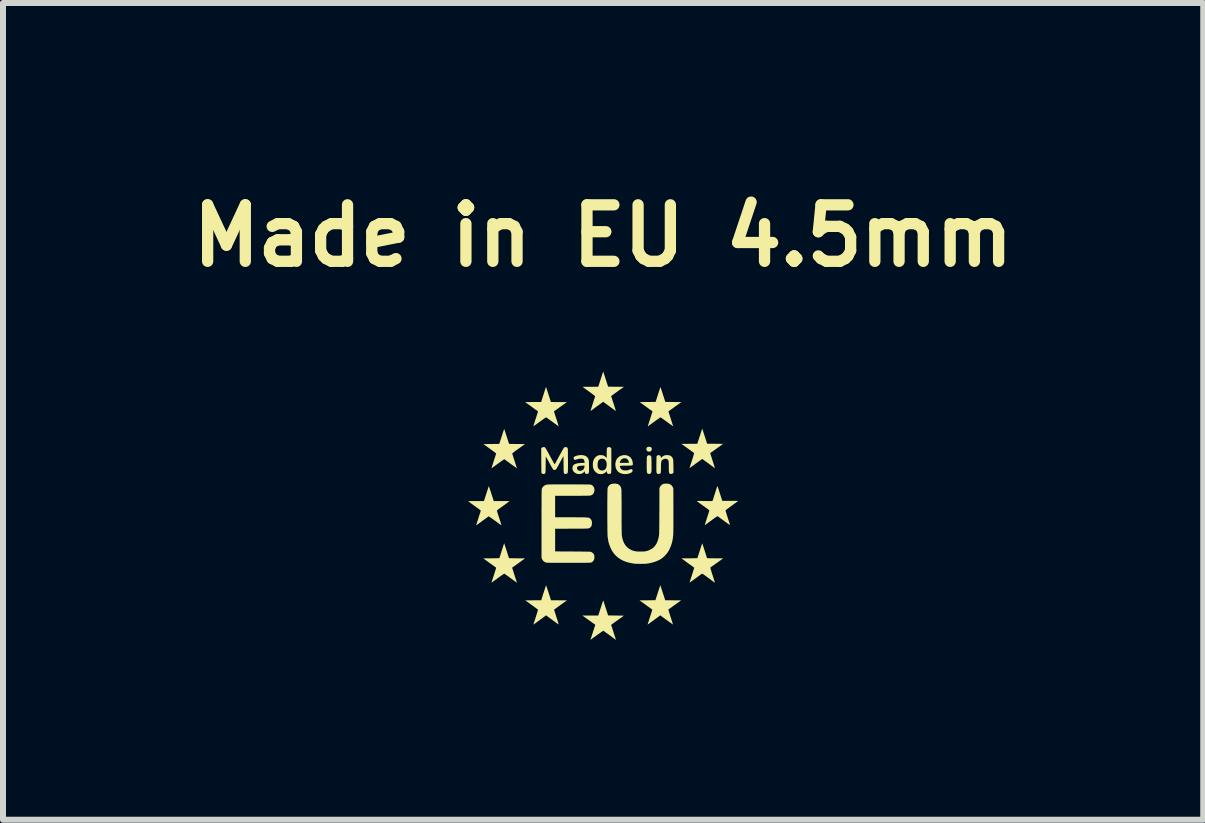
<source format=kicad_pcb>
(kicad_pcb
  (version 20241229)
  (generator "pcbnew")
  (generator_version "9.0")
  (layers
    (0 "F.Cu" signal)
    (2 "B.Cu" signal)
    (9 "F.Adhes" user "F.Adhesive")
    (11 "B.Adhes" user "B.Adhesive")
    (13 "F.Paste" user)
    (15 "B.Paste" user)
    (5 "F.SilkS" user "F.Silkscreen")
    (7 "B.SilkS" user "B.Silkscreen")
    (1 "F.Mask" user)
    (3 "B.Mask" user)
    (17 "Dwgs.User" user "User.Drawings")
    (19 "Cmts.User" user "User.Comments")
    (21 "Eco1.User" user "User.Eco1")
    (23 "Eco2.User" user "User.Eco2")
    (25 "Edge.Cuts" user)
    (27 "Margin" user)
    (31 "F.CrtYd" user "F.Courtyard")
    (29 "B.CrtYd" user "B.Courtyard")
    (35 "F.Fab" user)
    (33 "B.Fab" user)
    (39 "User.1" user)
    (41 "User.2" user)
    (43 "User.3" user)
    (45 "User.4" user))
  (footprint "Made in EU 4.5mm"
    (layer "F.Cu")
    (at 7.006 5.381)
    (property "Reference" "Made in EU 4.5mm" (at 0 -4.5 180) (layer "F.SilkS") (effects (font (size 0.942 0.942) (thickness 0.188))))
    (attr board_only exclude_from_pos_files exclude_from_bom)
    (fp_poly (pts (xy 0.781 -0.98) (xy 0.796 -0.976) (xy 0.805 -0.967) (xy 0.81 -0.954) (xy 0.811 -0.942) (xy 0.808 -0.925) (xy 0.8 -0.912) (xy 0.79 -0.905) (xy 0.779 -0.902) (xy 0.764 -0.901) (xy 0.75 -0.903) (xy 0.741 -0.906) (xy 0.731 -0.914) (xy 0.724 -0.926) (xy 0.721 -0.94) (xy 0.722 -0.954) (xy 0.728 -0.966) (xy 0.732 -0.972) (xy 0.739 -0.976) (xy 0.748 -0.979) (xy 0.762 -0.981)) (stroke (width 0) (type solid)) (fill yes) (layer "F.SilkS"))
    (fp_poly (pts (xy 0.783 -0.838) (xy 0.795 -0.831) (xy 0.802 -0.818) (xy 0.804 -0.81) (xy 0.805 -0.803) (xy 0.805 -0.79) (xy 0.806 -0.773) (xy 0.806 -0.752) (xy 0.807 -0.728) (xy 0.807 -0.702) (xy 0.807 -0.676) (xy 0.807 -0.651) (xy 0.807 -0.627) (xy 0.807 -0.605) (xy 0.806 -0.587) (xy 0.806 -0.573) (xy 0.805 -0.565) (xy 0.8 -0.548) (xy 0.794 -0.539) (xy 0.787 -0.533) (xy 0.779 -0.53) (xy 0.768 -0.529) (xy 0.768 -0.529) (xy 0.753 -0.531) (xy 0.743 -0.536) (xy 0.742 -0.536) (xy 0.736 -0.544) (xy 0.731 -0.554) (xy 0.73 -0.555) (xy 0.729 -0.562) (xy 0.729 -0.575) (xy 0.728 -0.592) (xy 0.727 -0.613) (xy 0.727 -0.637) (xy 0.727 -0.662) (xy 0.727 -0.689) (xy 0.727 -0.715) (xy 0.727 -0.74) (xy 0.728 -0.764) (xy 0.728 -0.784) (xy 0.729 -0.8) (xy 0.73 -0.81) (xy 0.73 -0.815) (xy 0.737 -0.828) (xy 0.748 -0.837) (xy 0.763 -0.841) (xy 0.767 -0.841)) (stroke (width 0) (type solid)) (fill yes) (layer "F.SilkS"))
    (fp_poly (pts (xy 1.654 -1.28) (xy 1.654 -1.279) (xy 1.655 -1.275) (xy 1.659 -1.265) (xy 1.663 -1.251) (xy 1.67 -1.232) (xy 1.677 -1.209) (xy 1.685 -1.184) (xy 1.694 -1.157) (xy 1.695 -1.154) (xy 1.734 -1.033) (xy 1.867 -1.032) (xy 2 -1.03) (xy 1.893 -0.953) (xy 1.869 -0.936) (xy 1.847 -0.92) (xy 1.828 -0.906) (xy 1.811 -0.894) (xy 1.798 -0.885) (xy 1.79 -0.878) (xy 1.786 -0.875) (xy 1.785 -0.874) (xy 1.786 -0.871) (xy 1.789 -0.862) (xy 1.794 -0.848) (xy 1.8 -0.829) (xy 1.807 -0.807) (xy 1.815 -0.782) (xy 1.823 -0.755) (xy 1.825 -0.75) (xy 1.834 -0.723) (xy 1.842 -0.698) (xy 1.849 -0.675) (xy 1.855 -0.656) (xy 1.86 -0.642) (xy 1.863 -0.632) (xy 1.864 -0.627) (xy 1.864 -0.627) (xy 1.861 -0.629) (xy 1.853 -0.634) (xy 1.841 -0.642) (xy 1.826 -0.653) (xy 1.807 -0.666) (xy 1.786 -0.682) (xy 1.763 -0.698) (xy 1.758 -0.703) (xy 1.652 -0.779) (xy 1.552 -0.706) (xy 1.524 -0.686) (xy 1.502 -0.669) (xy 1.483 -0.656) (xy 1.469 -0.646) (xy 1.458 -0.638) (xy 1.451 -0.633) (xy 1.445 -0.63) (xy 1.442 -0.628) (xy 1.441 -0.628) (xy 1.441 -0.63) (xy 1.442 -0.632) (xy 1.442 -0.632) (xy 1.452 -0.665) (xy 1.463 -0.697) (xy 1.473 -0.729) (xy 1.483 -0.759) (xy 1.492 -0.787) (xy 1.5 -0.813) (xy 1.506 -0.835) (xy 1.512 -0.853) (xy 1.515 -0.867) (xy 1.517 -0.875) (xy 1.518 -0.877) (xy 1.514 -0.88) (xy 1.506 -0.885) (xy 1.494 -0.894) (xy 1.478 -0.906) (xy 1.459 -0.919) (xy 1.438 -0.935) (xy 1.415 -0.951) (xy 1.41 -0.955) (xy 1.305 -1.03) (xy 1.438 -1.031) (xy 1.571 -1.032) (xy 1.599 -1.121) (xy 1.611 -1.158) (xy 1.621 -1.189) (xy 1.629 -1.214) (xy 1.636 -1.234) (xy 1.641 -1.25) (xy 1.645 -1.262) (xy 1.648 -1.271) (xy 1.651 -1.276) (xy 1.652 -1.279) (xy 1.653 -1.28)) (stroke (width 0) (type solid)) (fill yes) (layer "F.SilkS"))
    (fp_poly (pts (xy 0.004 1.585) (xy 0.007 1.595) (xy 0.012 1.61) (xy 0.018 1.629) (xy 0.025 1.651) (xy 0.033 1.676) (xy 0.042 1.704) (xy 0.044 1.708) (xy 0.083 1.83) (xy 0.215 1.832) (xy 0.346 1.834) (xy 0.248 1.905) (xy 0.225 1.921) (xy 0.203 1.937) (xy 0.184 1.951) (xy 0.167 1.963) (xy 0.154 1.972) (xy 0.145 1.979) (xy 0.141 1.982) (xy 0.134 1.988) (xy 0.173 2.108) (xy 0.181 2.136) (xy 0.189 2.161) (xy 0.197 2.184) (xy 0.203 2.203) (xy 0.208 2.218) (xy 0.211 2.229) (xy 0.213 2.233) (xy 0.213 2.234) (xy 0.213 2.237) (xy 0.21 2.235) (xy 0.206 2.232) (xy 0.196 2.225) (xy 0.183 2.215) (xy 0.168 2.204) (xy 0.149 2.191) (xy 0.13 2.176) (xy 0.109 2.161) (xy 0.089 2.146) (xy 0.069 2.132) (xy 0.05 2.119) (xy 0.034 2.107) (xy 0.021 2.097) (xy 0.011 2.09) (xy 0.005 2.086) (xy 0.005 2.086) (xy 0.001 2.087) (xy -0.007 2.092) (xy -0.019 2.1) (xy -0.034 2.11) (xy -0.052 2.123) (xy -0.072 2.137) (xy -0.093 2.151) (xy -0.114 2.167) (xy -0.135 2.182) (xy -0.156 2.197) (xy -0.174 2.21) (xy -0.191 2.223) (xy -0.204 2.233) (xy -0.207 2.235) (xy -0.211 2.237) (xy -0.21 2.234) (xy -0.21 2.234) (xy -0.209 2.23) (xy -0.206 2.22) (xy -0.201 2.205) (xy -0.195 2.187) (xy -0.188 2.166) (xy -0.181 2.143) (xy -0.173 2.119) (xy -0.166 2.095) (xy -0.158 2.072) (xy -0.151 2.051) (xy -0.145 2.032) (xy -0.14 2.017) (xy -0.137 2.006) (xy -0.135 2.001) (xy -0.131 1.986) (xy -0.238 1.909) (xy -0.346 1.832) (xy -0.213 1.832) (xy -0.081 1.832) (xy -0.057 1.758) (xy -0.049 1.732) (xy -0.04 1.705) (xy -0.031 1.678) (xy -0.023 1.653) (xy -0.017 1.632) (xy -0.016 1.63) (xy -0.01 1.612) (xy -0.005 1.598) (xy -0.001 1.588) (xy 0.002 1.582) (xy 0.003 1.581)) (stroke (width 0) (type solid)) (fill yes) (layer "F.SilkS"))
    (fp_poly (pts (xy -0.925 -1.896) (xy -0.916 -1.87) (xy -0.908 -1.844) (xy -0.9 -1.82) (xy -0.893 -1.797) (xy -0.887 -1.779) (xy -0.884 -1.769) (xy -0.87 -1.728) (xy -0.737 -1.727) (xy -0.605 -1.727) (xy -0.7 -1.658) (xy -0.723 -1.642) (xy -0.744 -1.626) (xy -0.764 -1.612) (xy -0.781 -1.6) (xy -0.794 -1.59) (xy -0.804 -1.583) (xy -0.808 -1.58) (xy -0.82 -1.571) (xy -0.78 -1.448) (xy -0.771 -1.421) (xy -0.763 -1.395) (xy -0.756 -1.373) (xy -0.75 -1.354) (xy -0.746 -1.339) (xy -0.743 -1.329) (xy -0.742 -1.324) (xy -0.742 -1.324) (xy -0.744 -1.325) (xy -0.752 -1.331) (xy -0.764 -1.339) (xy -0.779 -1.35) (xy -0.798 -1.363) (xy -0.819 -1.378) (xy -0.841 -1.395) (xy -0.844 -1.397) (xy -0.867 -1.414) (xy -0.889 -1.429) (xy -0.908 -1.443) (xy -0.924 -1.455) (xy -0.937 -1.464) (xy -0.946 -1.47) (xy -0.95 -1.473) (xy -0.95 -1.473) (xy -0.953 -1.471) (xy -0.962 -1.466) (xy -0.974 -1.458) (xy -0.99 -1.447) (xy -1.009 -1.433) (xy -1.03 -1.418) (xy -1.053 -1.402) (xy -1.058 -1.399) (xy -1.081 -1.382) (xy -1.102 -1.366) (xy -1.121 -1.352) (xy -1.138 -1.341) (xy -1.15 -1.332) (xy -1.159 -1.326) (xy -1.163 -1.323) (xy -1.163 -1.323) (xy -1.162 -1.326) (xy -1.16 -1.335) (xy -1.156 -1.349) (xy -1.15 -1.367) (xy -1.143 -1.388) (xy -1.136 -1.413) (xy -1.127 -1.44) (xy -1.125 -1.446) (xy -1.116 -1.473) (xy -1.108 -1.499) (xy -1.101 -1.521) (xy -1.095 -1.541) (xy -1.09 -1.556) (xy -1.087 -1.566) (xy -1.085 -1.571) (xy -1.085 -1.571) (xy -1.088 -1.573) (xy -1.095 -1.579) (xy -1.107 -1.588) (xy -1.123 -1.599) (xy -1.141 -1.612) (xy -1.162 -1.628) (xy -1.186 -1.644) (xy -1.193 -1.65) (xy -1.3 -1.727) (xy -1.167 -1.728) (xy -1.033 -1.728) (xy -1.002 -1.828) (xy -0.993 -1.854) (xy -0.985 -1.879) (xy -0.978 -1.903) (xy -0.971 -1.924) (xy -0.966 -1.94) (xy -0.962 -1.952) (xy -0.961 -1.954) (xy -0.952 -1.981)) (stroke (width 0) (type solid)) (fill yes) (layer "F.SilkS"))
    (fp_poly (pts (xy -0.95 1.332) (xy -0.947 1.34) (xy -0.942 1.353) (xy -0.936 1.371) (xy -0.929 1.392) (xy -0.921 1.417) (xy -0.912 1.444) (xy -0.909 1.452) (xy -0.869 1.577) (xy -0.737 1.578) (xy -0.604 1.579) (xy -0.711 1.656) (xy -0.734 1.673) (xy -0.756 1.689) (xy -0.775 1.703) (xy -0.792 1.715) (xy -0.804 1.724) (xy -0.813 1.731) (xy -0.817 1.734) (xy -0.817 1.735) (xy -0.816 1.738) (xy -0.813 1.748) (xy -0.809 1.762) (xy -0.803 1.78) (xy -0.796 1.802) (xy -0.788 1.827) (xy -0.78 1.854) (xy -0.779 1.857) (xy -0.77 1.884) (xy -0.762 1.909) (xy -0.755 1.932) (xy -0.749 1.951) (xy -0.745 1.965) (xy -0.742 1.975) (xy -0.741 1.98) (xy -0.741 1.98) (xy -0.744 1.979) (xy -0.751 1.975) (xy -0.761 1.968) (xy -0.77 1.961) (xy -0.781 1.954) (xy -0.796 1.943) (xy -0.814 1.929) (xy -0.834 1.915) (xy -0.855 1.899) (xy -0.875 1.885) (xy -0.951 1.829) (xy -1.042 1.896) (xy -1.065 1.913) (xy -1.086 1.928) (xy -1.105 1.942) (xy -1.122 1.955) (xy -1.136 1.964) (xy -1.145 1.971) (xy -1.148 1.973) (xy -1.157 1.979) (xy -1.161 1.981) (xy -1.162 1.98) (xy -1.161 1.976) (xy -1.159 1.971) (xy -1.156 1.96) (xy -1.151 1.945) (xy -1.145 1.925) (xy -1.137 1.903) (xy -1.129 1.878) (xy -1.121 1.853) (xy -1.113 1.826) (xy -1.105 1.802) (xy -1.099 1.78) (xy -1.093 1.761) (xy -1.089 1.747) (xy -1.087 1.738) (xy -1.086 1.734) (xy -1.089 1.731) (xy -1.097 1.725) (xy -1.109 1.716) (xy -1.125 1.704) (xy -1.144 1.69) (xy -1.165 1.675) (xy -1.188 1.658) (xy -1.193 1.655) (xy -1.297 1.579) (xy -1.165 1.578) (xy -1.032 1.577) (xy -1.025 1.557) (xy -1.019 1.535) (xy -1.011 1.512) (xy -1.004 1.487) (xy -0.995 1.461) (xy -0.987 1.436) (xy -0.979 1.411) (xy -0.972 1.389) (xy -0.965 1.368) (xy -0.96 1.351) (xy -0.955 1.339) (xy -0.952 1.331) (xy -0.952 1.329)) (stroke (width 0) (type solid)) (fill yes) (layer "F.SilkS"))
    (fp_poly (pts (xy 0.374 -0.842) (xy 0.401 -0.837) (xy 0.427 -0.826) (xy 0.449 -0.81) (xy 0.467 -0.79) (xy 0.477 -0.774) (xy 0.486 -0.753) (xy 0.492 -0.729) (xy 0.495 -0.705) (xy 0.496 -0.698) (xy 0.496 -0.69) (xy 0.495 -0.684) (xy 0.493 -0.679) (xy 0.49 -0.675) (xy 0.484 -0.672) (xy 0.475 -0.67) (xy 0.461 -0.669) (xy 0.444 -0.668) (xy 0.421 -0.668) (xy 0.393 -0.667) (xy 0.38 -0.667) (xy 0.35 -0.667) (xy 0.327 -0.667) (xy 0.309 -0.666) (xy 0.296 -0.666) (xy 0.287 -0.664) (xy 0.281 -0.662) (xy 0.279 -0.66) (xy 0.279 -0.656) (xy 0.28 -0.651) (xy 0.282 -0.644) (xy 0.283 -0.641) (xy 0.291 -0.623) (xy 0.301 -0.61) (xy 0.315 -0.6) (xy 0.319 -0.597) (xy 0.328 -0.593) (xy 0.335 -0.59) (xy 0.343 -0.589) (xy 0.353 -0.588) (xy 0.369 -0.588) (xy 0.373 -0.588) (xy 0.391 -0.588) (xy 0.403 -0.589) (xy 0.413 -0.591) (xy 0.423 -0.594) (xy 0.432 -0.598) (xy 0.449 -0.605) (xy 0.462 -0.608) (xy 0.471 -0.609) (xy 0.479 -0.606) (xy 0.484 -0.602) (xy 0.491 -0.591) (xy 0.492 -0.58) (xy 0.488 -0.57) (xy 0.48 -0.56) (xy 0.467 -0.55) (xy 0.45 -0.542) (xy 0.431 -0.536) (xy 0.41 -0.53) (xy 0.387 -0.527) (xy 0.364 -0.526) (xy 0.34 -0.528) (xy 0.323 -0.531) (xy 0.291 -0.541) (xy 0.264 -0.555) (xy 0.242 -0.575) (xy 0.225 -0.598) (xy 0.212 -0.626) (xy 0.206 -0.658) (xy 0.204 -0.685) (xy 0.206 -0.713) (xy 0.277 -0.713) (xy 0.353 -0.713) (xy 0.429 -0.713) (xy 0.429 -0.724) (xy 0.427 -0.734) (xy 0.424 -0.745) (xy 0.421 -0.753) (xy 0.409 -0.77) (xy 0.394 -0.782) (xy 0.374 -0.789) (xy 0.367 -0.79) (xy 0.343 -0.789) (xy 0.322 -0.782) (xy 0.304 -0.77) (xy 0.29 -0.752) (xy 0.281 -0.731) (xy 0.28 -0.724) (xy 0.277 -0.713) (xy 0.206 -0.713) (xy 0.207 -0.72) (xy 0.215 -0.751) (xy 0.228 -0.778) (xy 0.246 -0.8) (xy 0.27 -0.819) (xy 0.287 -0.828) (xy 0.316 -0.838) (xy 0.345 -0.843)) (stroke (width 0) (type solid)) (fill yes) (layer "F.SilkS"))
    (fp_poly (pts (xy 0.955 1.329) (xy 0.956 1.333) (xy 0.958 1.339) (xy 0.961 1.347) (xy 0.965 1.36) (xy 0.97 1.376) (xy 0.977 1.397) (xy 0.985 1.422) (xy 0.995 1.453) (xy 1.007 1.49) (xy 1.01 1.498) (xy 1.035 1.577) (xy 1.168 1.578) (xy 1.3 1.579) (xy 1.195 1.655) (xy 1.172 1.671) (xy 1.15 1.687) (xy 1.131 1.701) (xy 1.114 1.713) (xy 1.101 1.722) (xy 1.093 1.729) (xy 1.088 1.732) (xy 1.088 1.732) (xy 1.089 1.735) (xy 1.091 1.744) (xy 1.095 1.758) (xy 1.1 1.777) (xy 1.107 1.799) (xy 1.115 1.824) (xy 1.123 1.851) (xy 1.126 1.857) (xy 1.134 1.884) (xy 1.142 1.91) (xy 1.15 1.932) (xy 1.156 1.952) (xy 1.16 1.967) (xy 1.163 1.977) (xy 1.164 1.981) (xy 1.164 1.982) (xy 1.162 1.98) (xy 1.154 1.975) (xy 1.142 1.966) (xy 1.127 1.955) (xy 1.108 1.942) (xy 1.087 1.927) (xy 1.064 1.91) (xy 1.058 1.906) (xy 0.953 1.829) (xy 0.936 1.842) (xy 0.914 1.858) (xy 0.891 1.875) (xy 0.867 1.893) (xy 0.844 1.91) (xy 0.821 1.926) (xy 0.801 1.941) (xy 0.782 1.954) (xy 0.766 1.966) (xy 0.754 1.975) (xy 0.745 1.98) (xy 0.742 1.983) (xy 0.742 1.983) (xy 0.741 1.981) (xy 0.741 1.98) (xy 0.743 1.977) (xy 0.746 1.968) (xy 0.75 1.954) (xy 0.756 1.936) (xy 0.763 1.916) (xy 0.77 1.893) (xy 0.778 1.869) (xy 0.785 1.845) (xy 0.793 1.821) (xy 0.8 1.798) (xy 0.807 1.778) (xy 0.812 1.76) (xy 0.817 1.747) (xy 0.82 1.738) (xy 0.821 1.734) (xy 0.821 1.734) (xy 0.818 1.732) (xy 0.81 1.726) (xy 0.799 1.718) (xy 0.783 1.706) (xy 0.765 1.693) (xy 0.744 1.678) (xy 0.72 1.661) (xy 0.714 1.656) (xy 0.607 1.579) (xy 0.74 1.578) (xy 0.872 1.576) (xy 0.912 1.451) (xy 0.921 1.424) (xy 0.929 1.398) (xy 0.937 1.376) (xy 0.943 1.357) (xy 0.948 1.342) (xy 0.952 1.332) (xy 0.954 1.328) (xy 0.954 1.328)) (stroke (width 0) (type solid)) (fill yes) (layer "F.SilkS"))
    (fp_poly (pts (xy 0.003 -2.232) (xy 0.006 -2.222) (xy 0.011 -2.208) (xy 0.017 -2.189) (xy 0.024 -2.167) (xy 0.032 -2.142) (xy 0.041 -2.115) (xy 0.043 -2.108) (xy 0.083 -1.984) (xy 0.215 -1.983) (xy 0.347 -1.981) (xy 0.24 -1.905) (xy 0.217 -1.888) (xy 0.195 -1.872) (xy 0.176 -1.858) (xy 0.16 -1.846) (xy 0.147 -1.837) (xy 0.138 -1.83) (xy 0.134 -1.827) (xy 0.134 -1.827) (xy 0.135 -1.824) (xy 0.138 -1.815) (xy 0.142 -1.801) (xy 0.148 -1.784) (xy 0.154 -1.763) (xy 0.161 -1.741) (xy 0.169 -1.717) (xy 0.177 -1.693) (xy 0.184 -1.669) (xy 0.192 -1.647) (xy 0.198 -1.626) (xy 0.204 -1.608) (xy 0.208 -1.595) (xy 0.211 -1.587) (xy 0.212 -1.584) (xy 0.213 -1.582) (xy 0.213 -1.58) (xy 0.212 -1.58) (xy 0.209 -1.581) (xy 0.204 -1.584) (xy 0.196 -1.59) (xy 0.185 -1.597) (xy 0.171 -1.608) (xy 0.152 -1.622) (xy 0.128 -1.639) (xy 0.114 -1.65) (xy 0.092 -1.666) (xy 0.071 -1.681) (xy 0.052 -1.695) (xy 0.036 -1.707) (xy 0.023 -1.716) (xy 0.014 -1.722) (xy 0.011 -1.724) (xy 0.001 -1.732) (xy -0.089 -1.666) (xy -0.112 -1.65) (xy -0.133 -1.634) (xy -0.152 -1.62) (xy -0.169 -1.607) (xy -0.183 -1.597) (xy -0.192 -1.591) (xy -0.196 -1.588) (xy -0.204 -1.582) (xy -0.209 -1.579) (xy -0.21 -1.58) (xy -0.209 -1.584) (xy -0.209 -1.584) (xy -0.208 -1.589) (xy -0.205 -1.599) (xy -0.2 -1.614) (xy -0.194 -1.633) (xy -0.187 -1.654) (xy -0.18 -1.677) (xy -0.172 -1.701) (xy -0.164 -1.725) (xy -0.157 -1.749) (xy -0.15 -1.771) (xy -0.143 -1.79) (xy -0.138 -1.806) (xy -0.135 -1.817) (xy -0.133 -1.823) (xy -0.132 -1.824) (xy -0.135 -1.827) (xy -0.142 -1.833) (xy -0.154 -1.842) (xy -0.169 -1.854) (xy -0.187 -1.868) (xy -0.208 -1.883) (xy -0.231 -1.9) (xy -0.238 -1.905) (xy -0.344 -1.981) (xy -0.212 -1.982) (xy -0.081 -1.983) (xy -0.057 -2.057) (xy -0.049 -2.083) (xy -0.04 -2.11) (xy -0.031 -2.137) (xy -0.023 -2.162) (xy -0.017 -2.183) (xy -0.016 -2.185) (xy -0.01 -2.203) (xy -0.005 -2.217) (xy -0.001 -2.228) (xy 0.001 -2.234) (xy 0.002 -2.235)) (stroke (width 0) (type solid)) (fill yes) (layer "F.SilkS"))
    (fp_poly (pts (xy 1.653 0.631) (xy 1.656 0.639) (xy 1.661 0.653) (xy 1.667 0.67) (xy 1.674 0.692) (xy 1.682 0.717) (xy 1.691 0.744) (xy 1.693 0.751) (xy 1.733 0.876) (xy 1.867 0.878) (xy 2.001 0.879) (xy 1.896 0.955) (xy 1.872 0.971) (xy 1.851 0.987) (xy 1.831 1.001) (xy 1.814 1.013) (xy 1.801 1.022) (xy 1.792 1.029) (xy 1.788 1.032) (xy 1.788 1.032) (xy 1.788 1.036) (xy 1.79 1.045) (xy 1.794 1.06) (xy 1.8 1.079) (xy 1.807 1.103) (xy 1.815 1.13) (xy 1.825 1.159) (xy 1.834 1.187) (xy 1.842 1.212) (xy 1.849 1.235) (xy 1.855 1.254) (xy 1.86 1.269) (xy 1.863 1.28) (xy 1.865 1.285) (xy 1.865 1.285) (xy 1.862 1.283) (xy 1.854 1.278) (xy 1.842 1.269) (xy 1.827 1.258) (xy 1.808 1.245) (xy 1.788 1.229) (xy 1.765 1.213) (xy 1.759 1.208) (xy 1.732 1.189) (xy 1.71 1.173) (xy 1.693 1.16) (xy 1.679 1.15) (xy 1.668 1.143) (xy 1.66 1.139) (xy 1.655 1.136) (xy 1.651 1.135) (xy 1.648 1.135) (xy 1.647 1.136) (xy 1.642 1.138) (xy 1.633 1.145) (xy 1.62 1.154) (xy 1.604 1.166) (xy 1.584 1.18) (xy 1.563 1.196) (xy 1.541 1.212) (xy 1.519 1.228) (xy 1.498 1.243) (xy 1.48 1.256) (xy 1.464 1.267) (xy 1.452 1.275) (xy 1.445 1.281) (xy 1.442 1.282) (xy 1.443 1.279) (xy 1.445 1.27) (xy 1.449 1.256) (xy 1.455 1.238) (xy 1.462 1.216) (xy 1.47 1.191) (xy 1.479 1.164) (xy 1.48 1.159) (xy 1.489 1.132) (xy 1.497 1.106) (xy 1.504 1.084) (xy 1.51 1.065) (xy 1.515 1.05) (xy 1.518 1.039) (xy 1.519 1.035) (xy 1.519 1.035) (xy 1.516 1.032) (xy 1.508 1.026) (xy 1.497 1.018) (xy 1.484 1.008) (xy 1.478 1.004) (xy 1.463 0.994) (xy 1.445 0.98) (xy 1.424 0.965) (xy 1.401 0.949) (xy 1.379 0.933) (xy 1.372 0.927) (xy 1.305 0.879) (xy 1.438 0.878) (xy 1.572 0.876) (xy 1.611 0.753) (xy 1.62 0.725) (xy 1.628 0.7) (xy 1.635 0.677) (xy 1.642 0.658) (xy 1.647 0.643) (xy 1.65 0.633) (xy 1.652 0.628) (xy 1.652 0.628)) (stroke (width 0) (type solid)) (fill yes) (layer "F.SilkS"))
    (fp_poly (pts (xy -1.648 0.63) (xy -1.647 0.634) (xy -1.644 0.644) (xy -1.639 0.659) (xy -1.633 0.678) (xy -1.626 0.7) (xy -1.617 0.725) (xy -1.609 0.752) (xy -1.608 0.755) (xy -1.569 0.876) (xy -1.435 0.878) (xy -1.301 0.879) (xy -1.409 0.956) (xy -1.432 0.973) (xy -1.454 0.989) (xy -1.473 1.003) (xy -1.49 1.014) (xy -1.503 1.024) (xy -1.512 1.03) (xy -1.516 1.033) (xy -1.517 1.033) (xy -1.516 1.037) (xy -1.513 1.046) (xy -1.509 1.06) (xy -1.503 1.078) (xy -1.496 1.1) (xy -1.489 1.124) (xy -1.48 1.152) (xy -1.477 1.159) (xy -1.469 1.187) (xy -1.46 1.212) (xy -1.453 1.235) (xy -1.447 1.254) (xy -1.442 1.269) (xy -1.439 1.28) (xy -1.438 1.284) (xy -1.438 1.285) (xy -1.441 1.283) (xy -1.448 1.278) (xy -1.46 1.269) (xy -1.475 1.258) (xy -1.494 1.244) (xy -1.515 1.229) (xy -1.537 1.213) (xy -1.541 1.21) (xy -1.564 1.193) (xy -1.585 1.177) (xy -1.604 1.163) (xy -1.621 1.152) (xy -1.634 1.142) (xy -1.643 1.136) (xy -1.647 1.133) (xy -1.647 1.133) (xy -1.65 1.135) (xy -1.659 1.14) (xy -1.671 1.148) (xy -1.687 1.159) (xy -1.706 1.172) (xy -1.728 1.188) (xy -1.751 1.204) (xy -1.757 1.209) (xy -1.78 1.226) (xy -1.801 1.241) (xy -1.821 1.255) (xy -1.837 1.267) (xy -1.85 1.276) (xy -1.858 1.282) (xy -1.862 1.285) (xy -1.862 1.285) (xy -1.861 1.282) (xy -1.858 1.273) (xy -1.854 1.259) (xy -1.848 1.24) (xy -1.841 1.218) (xy -1.833 1.194) (xy -1.824 1.167) (xy -1.822 1.16) (xy -1.814 1.133) (xy -1.805 1.107) (xy -1.798 1.085) (xy -1.792 1.065) (xy -1.788 1.05) (xy -1.785 1.04) (xy -1.784 1.035) (xy -1.784 1.034) (xy -1.787 1.032) (xy -1.795 1.026) (xy -1.807 1.017) (xy -1.823 1.006) (xy -1.841 0.992) (xy -1.863 0.976) (xy -1.886 0.96) (xy -1.892 0.956) (xy -1.998 0.879) (xy -1.864 0.878) (xy -1.73 0.876) (xy -1.704 0.794) (xy -1.696 0.768) (xy -1.688 0.742) (xy -1.68 0.717) (xy -1.672 0.695) (xy -1.666 0.676) (xy -1.664 0.668) (xy -1.659 0.653) (xy -1.654 0.641) (xy -1.651 0.632) (xy -1.649 0.629)) (stroke (width 0) (type solid)) (fill yes) (layer "F.SilkS"))
    (fp_poly (pts (xy 0.959 -1.972) (xy 0.962 -1.962) (xy 0.967 -1.947) (xy 0.973 -1.928) (xy 0.98 -1.906) (xy 0.988 -1.881) (xy 0.997 -1.854) (xy 0.998 -1.851) (xy 1.037 -1.73) (xy 1.17 -1.728) (xy 1.304 -1.727) (xy 1.197 -1.65) (xy 1.174 -1.633) (xy 1.152 -1.617) (xy 1.132 -1.603) (xy 1.116 -1.591) (xy 1.103 -1.582) (xy 1.094 -1.576) (xy 1.09 -1.573) (xy 1.089 -1.572) (xy 1.09 -1.569) (xy 1.093 -1.56) (xy 1.097 -1.546) (xy 1.103 -1.528) (xy 1.11 -1.506) (xy 1.117 -1.482) (xy 1.126 -1.455) (xy 1.128 -1.448) (xy 1.137 -1.421) (xy 1.145 -1.395) (xy 1.152 -1.373) (xy 1.158 -1.354) (xy 1.163 -1.339) (xy 1.166 -1.328) (xy 1.167 -1.324) (xy 1.167 -1.323) (xy 1.164 -1.325) (xy 1.157 -1.33) (xy 1.145 -1.339) (xy 1.129 -1.35) (xy 1.111 -1.363) (xy 1.09 -1.378) (xy 1.067 -1.395) (xy 1.064 -1.397) (xy 1.041 -1.414) (xy 1.019 -1.43) (xy 1 -1.443) (xy 0.983 -1.455) (xy 0.97 -1.464) (xy 0.961 -1.47) (xy 0.957 -1.472) (xy 0.956 -1.472) (xy 0.953 -1.47) (xy 0.944 -1.465) (xy 0.932 -1.456) (xy 0.915 -1.445) (xy 0.896 -1.431) (xy 0.875 -1.416) (xy 0.852 -1.399) (xy 0.849 -1.398) (xy 0.826 -1.381) (xy 0.805 -1.365) (xy 0.786 -1.352) (xy 0.77 -1.34) (xy 0.758 -1.331) (xy 0.749 -1.325) (xy 0.746 -1.323) (xy 0.746 -1.323) (xy 0.745 -1.326) (xy 0.747 -1.332) (xy 0.752 -1.346) (xy 0.757 -1.364) (xy 0.764 -1.384) (xy 0.771 -1.407) (xy 0.779 -1.431) (xy 0.787 -1.456) (xy 0.795 -1.48) (xy 0.802 -1.503) (xy 0.808 -1.524) (xy 0.814 -1.543) (xy 0.819 -1.557) (xy 0.822 -1.567) (xy 0.823 -1.572) (xy 0.823 -1.572) (xy 0.82 -1.574) (xy 0.813 -1.58) (xy 0.801 -1.589) (xy 0.785 -1.6) (xy 0.766 -1.613) (xy 0.745 -1.629) (xy 0.722 -1.645) (xy 0.716 -1.65) (xy 0.609 -1.727) (xy 0.742 -1.728) (xy 0.876 -1.73) (xy 0.899 -1.804) (xy 0.907 -1.829) (xy 0.916 -1.856) (xy 0.924 -1.882) (xy 0.932 -1.907) (xy 0.939 -1.927) (xy 0.939 -1.929) (xy 0.945 -1.946) (xy 0.95 -1.96) (xy 0.954 -1.97) (xy 0.957 -1.976) (xy 0.958 -1.976)) (stroke (width 0) (type solid)) (fill yes) (layer "F.SilkS"))
    (fp_poly (pts (xy -1.648 -1.275) (xy -1.645 -1.266) (xy -1.64 -1.252) (xy -1.634 -1.233) (xy -1.627 -1.211) (xy -1.619 -1.187) (xy -1.61 -1.159) (xy -1.608 -1.153) (xy -1.568 -1.03) (xy -1.436 -1.028) (xy -1.303 -1.027) (xy -1.41 -0.95) (xy -1.438 -0.93) (xy -1.46 -0.914) (xy -1.478 -0.901) (xy -1.491 -0.89) (xy -1.501 -0.882) (xy -1.508 -0.876) (xy -1.513 -0.872) (xy -1.515 -0.869) (xy -1.515 -0.867) (xy -1.515 -0.866) (xy -1.514 -0.861) (xy -1.51 -0.85) (xy -1.505 -0.835) (xy -1.499 -0.817) (xy -1.493 -0.795) (xy -1.485 -0.772) (xy -1.477 -0.748) (xy -1.47 -0.724) (xy -1.462 -0.701) (xy -1.455 -0.679) (xy -1.449 -0.66) (xy -1.444 -0.645) (xy -1.441 -0.634) (xy -1.439 -0.628) (xy -1.438 -0.627) (xy -1.439 -0.624) (xy -1.441 -0.625) (xy -1.444 -0.627) (xy -1.452 -0.633) (xy -1.464 -0.642) (xy -1.479 -0.653) (xy -1.497 -0.665) (xy -1.516 -0.679) (xy -1.537 -0.694) (xy -1.557 -0.709) (xy -1.577 -0.724) (xy -1.596 -0.737) (xy -1.613 -0.75) (xy -1.627 -0.76) (xy -1.638 -0.768) (xy -1.645 -0.773) (xy -1.646 -0.774) (xy -1.65 -0.773) (xy -1.658 -0.768) (xy -1.67 -0.759) (xy -1.687 -0.748) (xy -1.706 -0.735) (xy -1.728 -0.719) (xy -1.752 -0.702) (xy -1.755 -0.7) (xy -1.778 -0.683) (xy -1.8 -0.667) (xy -1.819 -0.653) (xy -1.835 -0.641) (xy -1.848 -0.632) (xy -1.857 -0.626) (xy -1.861 -0.623) (xy -1.862 -0.623) (xy -1.862 -0.626) (xy -1.861 -0.628) (xy -1.86 -0.632) (xy -1.856 -0.642) (xy -1.851 -0.657) (xy -1.845 -0.676) (xy -1.838 -0.698) (xy -1.83 -0.723) (xy -1.822 -0.75) (xy -1.813 -0.776) (xy -1.805 -0.801) (xy -1.798 -0.823) (xy -1.792 -0.842) (xy -1.787 -0.856) (xy -1.784 -0.865) (xy -1.783 -0.869) (xy -1.785 -0.872) (xy -1.793 -0.878) (xy -1.804 -0.887) (xy -1.819 -0.899) (xy -1.838 -0.912) (xy -1.859 -0.928) (xy -1.882 -0.945) (xy -1.889 -0.95) (xy -1.996 -1.027) (xy -1.864 -1.028) (xy -1.731 -1.03) (xy -1.715 -1.08) (xy -1.709 -1.099) (xy -1.701 -1.122) (xy -1.693 -1.148) (xy -1.684 -1.175) (xy -1.676 -1.201) (xy -1.675 -1.205) (xy -1.668 -1.226) (xy -1.662 -1.245) (xy -1.656 -1.26) (xy -1.652 -1.271) (xy -1.65 -1.277) (xy -1.649 -1.278)) (stroke (width 0) (type solid)) (fill yes) (layer "F.SilkS"))
    (fp_poly (pts (xy 1.083 -0.842) (xy 1.095 -0.841) (xy 1.104 -0.839) (xy 1.113 -0.836) (xy 1.12 -0.833) (xy 1.136 -0.823) (xy 1.149 -0.81) (xy 1.159 -0.792) (xy 1.163 -0.783) (xy 1.165 -0.778) (xy 1.167 -0.772) (xy 1.168 -0.766) (xy 1.169 -0.758) (xy 1.17 -0.747) (xy 1.17 -0.733) (xy 1.171 -0.715) (xy 1.171 -0.692) (xy 1.172 -0.663) (xy 1.172 -0.657) (xy 1.173 -0.549) (xy 1.163 -0.539) (xy 1.15 -0.531) (xy 1.136 -0.528) (xy 1.12 -0.53) (xy 1.11 -0.535) (xy 1.106 -0.538) (xy 1.102 -0.543) (xy 1.1 -0.549) (xy 1.098 -0.558) (xy 1.097 -0.57) (xy 1.096 -0.587) (xy 1.095 -0.608) (xy 1.095 -0.636) (xy 1.095 -0.646) (xy 1.095 -0.674) (xy 1.095 -0.699) (xy 1.094 -0.719) (xy 1.093 -0.734) (xy 1.092 -0.744) (xy 1.092 -0.745) (xy 1.084 -0.761) (xy 1.072 -0.773) (xy 1.056 -0.781) (xy 1.051 -0.782) (xy 1.032 -0.782) (xy 1.013 -0.777) (xy 0.995 -0.769) (xy 0.988 -0.763) (xy 0.982 -0.757) (xy 0.977 -0.751) (xy 0.974 -0.744) (xy 0.971 -0.736) (xy 0.969 -0.726) (xy 0.967 -0.713) (xy 0.966 -0.696) (xy 0.965 -0.673) (xy 0.965 -0.646) (xy 0.965 -0.637) (xy 0.964 -0.61) (xy 0.964 -0.589) (xy 0.963 -0.573) (xy 0.962 -0.561) (xy 0.962 -0.553) (xy 0.96 -0.547) (xy 0.959 -0.543) (xy 0.957 -0.54) (xy 0.956 -0.539) (xy 0.945 -0.532) (xy 0.93 -0.529) (xy 0.915 -0.529) (xy 0.909 -0.531) (xy 0.903 -0.533) (xy 0.899 -0.536) (xy 0.895 -0.54) (xy 0.893 -0.547) (xy 0.891 -0.556) (xy 0.889 -0.569) (xy 0.888 -0.585) (xy 0.888 -0.606) (xy 0.888 -0.633) (xy 0.888 -0.665) (xy 0.888 -0.691) (xy 0.889 -0.724) (xy 0.889 -0.751) (xy 0.889 -0.773) (xy 0.89 -0.79) (xy 0.89 -0.804) (xy 0.891 -0.813) (xy 0.891 -0.82) (xy 0.892 -0.825) (xy 0.894 -0.828) (xy 0.895 -0.83) (xy 0.896 -0.83) (xy 0.906 -0.838) (xy 0.921 -0.842) (xy 0.934 -0.842) (xy 0.947 -0.836) (xy 0.957 -0.826) (xy 0.962 -0.811) (xy 0.963 -0.81) (xy 0.965 -0.794) (xy 0.978 -0.809) (xy 0.99 -0.819) (xy 1.006 -0.829) (xy 1.012 -0.833) (xy 1.023 -0.837) (xy 1.032 -0.84) (xy 1.043 -0.842) (xy 1.056 -0.842) (xy 1.067 -0.842)) (stroke (width 0) (type solid)) (fill yes) (layer "F.SilkS"))
    (fp_poly (pts (xy 0.111 -0.975) (xy 0.124 -0.969) (xy 0.128 -0.965) (xy 0.137 -0.954) (xy 0.137 -0.755) (xy 0.137 -0.712) (xy 0.137 -0.675) (xy 0.137 -0.644) (xy 0.137 -0.618) (xy 0.137 -0.597) (xy 0.136 -0.58) (xy 0.135 -0.566) (xy 0.134 -0.556) (xy 0.133 -0.548) (xy 0.131 -0.543) (xy 0.129 -0.539) (xy 0.126 -0.536) (xy 0.123 -0.534) (xy 0.12 -0.532) (xy 0.11 -0.53) (xy 0.098 -0.529) (xy 0.085 -0.53) (xy 0.077 -0.533) (xy 0.07 -0.539) (xy 0.064 -0.55) (xy 0.061 -0.563) (xy 0.06 -0.568) (xy 0.06 -0.578) (xy 0.05 -0.565) (xy 0.032 -0.548) (xy 0.01 -0.536) (xy -0.015 -0.528) (xy -0.041 -0.526) (xy -0.068 -0.529) (xy -0.074 -0.53) (xy -0.1 -0.541) (xy -0.122 -0.557) (xy -0.141 -0.578) (xy -0.156 -0.603) (xy -0.167 -0.632) (xy -0.167 -0.635) (xy -0.17 -0.649) (xy -0.171 -0.668) (xy -0.171 -0.685) (xy -0.092 -0.685) (xy -0.092 -0.667) (xy -0.091 -0.655) (xy -0.089 -0.645) (xy -0.087 -0.636) (xy -0.084 -0.631) (xy -0.073 -0.611) (xy -0.058 -0.598) (xy -0.04 -0.589) (xy -0.019 -0.586) (xy -0.017 -0.586) (xy -0.001 -0.588) (xy 0.013 -0.592) (xy 0.015 -0.592) (xy 0.033 -0.604) (xy 0.046 -0.621) (xy 0.055 -0.643) (xy 0.059 -0.67) (xy 0.06 -0.675) (xy 0.059 -0.705) (xy 0.054 -0.731) (xy 0.044 -0.752) (xy 0.03 -0.768) (xy 0.017 -0.776) (xy -0.002 -0.782) (xy -0.022 -0.783) (xy -0.041 -0.78) (xy -0.059 -0.772) (xy -0.069 -0.763) (xy -0.079 -0.75) (xy -0.086 -0.734) (xy -0.09 -0.715) (xy -0.092 -0.691) (xy -0.092 -0.685) (xy -0.171 -0.685) (xy -0.171 -0.688) (xy -0.171 -0.708) (xy -0.169 -0.726) (xy -0.167 -0.735) (xy -0.157 -0.765) (xy -0.142 -0.791) (xy -0.123 -0.813) (xy -0.1 -0.829) (xy -0.093 -0.833) (xy -0.082 -0.837) (xy -0.073 -0.84) (xy -0.063 -0.842) (xy -0.049 -0.842) (xy -0.039 -0.842) (xy -0.022 -0.842) (xy -0.011 -0.841) (xy -0.002 -0.839) (xy 0.007 -0.836) (xy 0.015 -0.832) (xy 0.028 -0.824) (xy 0.04 -0.814) (xy 0.047 -0.808) (xy 0.06 -0.793) (xy 0.06 -0.872) (xy 0.06 -0.902) (xy 0.061 -0.926) (xy 0.062 -0.944) (xy 0.063 -0.955) (xy 0.064 -0.959) (xy 0.072 -0.969) (xy 0.084 -0.975) (xy 0.097 -0.977)) (stroke (width 0) (type solid)) (fill yes) (layer "F.SilkS"))
    (fp_poly (pts (xy -0.353 -0.843) (xy -0.322 -0.839) (xy -0.296 -0.83) (xy -0.274 -0.817) (xy -0.257 -0.799) (xy -0.245 -0.777) (xy -0.244 -0.775) (xy -0.242 -0.769) (xy -0.24 -0.762) (xy -0.239 -0.755) (xy -0.238 -0.746) (xy -0.237 -0.734) (xy -0.236 -0.718) (xy -0.236 -0.697) (xy -0.235 -0.671) (xy -0.235 -0.669) (xy -0.235 -0.635) (xy -0.235 -0.608) (xy -0.235 -0.586) (xy -0.236 -0.568) (xy -0.238 -0.555) (xy -0.241 -0.546) (xy -0.244 -0.539) (xy -0.249 -0.534) (xy -0.255 -0.531) (xy -0.261 -0.53) (xy -0.278 -0.529) (xy -0.291 -0.533) (xy -0.301 -0.544) (xy -0.307 -0.559) (xy -0.308 -0.564) (xy -0.31 -0.578) (xy -0.317 -0.565) (xy -0.33 -0.55) (xy -0.348 -0.538) (xy -0.37 -0.53) (xy -0.394 -0.527) (xy -0.421 -0.529) (xy -0.426 -0.529) (xy -0.446 -0.535) (xy -0.465 -0.545) (xy -0.483 -0.56) (xy -0.485 -0.561) (xy -0.495 -0.573) (xy -0.502 -0.583) (xy -0.507 -0.596) (xy -0.508 -0.597) (xy -0.511 -0.621) (xy -0.511 -0.626) (xy -0.435 -0.626) (xy -0.433 -0.613) (xy -0.431 -0.608) (xy -0.42 -0.593) (xy -0.405 -0.584) (xy -0.387 -0.58) (xy -0.367 -0.582) (xy -0.361 -0.583) (xy -0.343 -0.591) (xy -0.329 -0.605) (xy -0.318 -0.622) (xy -0.312 -0.642) (xy -0.311 -0.65) (xy -0.31 -0.668) (xy -0.348 -0.667) (xy -0.377 -0.665) (xy -0.399 -0.662) (xy -0.416 -0.657) (xy -0.426 -0.651) (xy -0.427 -0.65) (xy -0.432 -0.64) (xy -0.435 -0.626) (xy -0.511 -0.626) (xy -0.509 -0.645) (xy -0.503 -0.663) (xy -0.496 -0.674) (xy -0.488 -0.682) (xy -0.477 -0.689) (xy -0.465 -0.695) (xy -0.452 -0.7) (xy -0.436 -0.704) (xy -0.418 -0.707) (xy -0.395 -0.71) (xy -0.368 -0.712) (xy -0.356 -0.712) (xy -0.308 -0.714) (xy -0.31 -0.733) (xy -0.314 -0.752) (xy -0.32 -0.765) (xy -0.329 -0.775) (xy -0.333 -0.777) (xy -0.343 -0.781) (xy -0.359 -0.783) (xy -0.377 -0.783) (xy -0.397 -0.782) (xy -0.417 -0.778) (xy -0.435 -0.773) (xy -0.437 -0.772) (xy -0.454 -0.767) (xy -0.466 -0.764) (xy -0.475 -0.765) (xy -0.482 -0.769) (xy -0.486 -0.773) (xy -0.491 -0.785) (xy -0.491 -0.798) (xy -0.486 -0.81) (xy -0.48 -0.816) (xy -0.468 -0.823) (xy -0.45 -0.83) (xy -0.429 -0.836) (xy -0.406 -0.84) (xy -0.382 -0.843) (xy -0.36 -0.843)) (stroke (width 0) (type solid)) (fill yes) (layer "F.SilkS"))
    (fp_poly (pts (xy -1.905 -0.323) (xy -1.902 -0.315) (xy -1.897 -0.301) (xy -1.891 -0.283) (xy -1.884 -0.262) (xy -1.875 -0.237) (xy -1.867 -0.211) (xy -1.864 -0.202) (xy -1.824 -0.077) (xy -1.692 -0.077) (xy -1.657 -0.077) (xy -1.626 -0.077) (xy -1.602 -0.076) (xy -1.583 -0.076) (xy -1.57 -0.075) (xy -1.563 -0.074) (xy -1.562 -0.074) (xy -1.565 -0.071) (xy -1.573 -0.065) (xy -1.586 -0.056) (xy -1.601 -0.044) (xy -1.62 -0.031) (xy -1.641 -0.015) (xy -1.665 0.001) (xy -1.668 0.004) (xy -1.691 0.021) (xy -1.713 0.036) (xy -1.732 0.05) (xy -1.748 0.062) (xy -1.76 0.072) (xy -1.768 0.078) (xy -1.772 0.081) (xy -1.772 0.081) (xy -1.771 0.085) (xy -1.768 0.095) (xy -1.764 0.109) (xy -1.758 0.128) (xy -1.751 0.15) (xy -1.743 0.175) (xy -1.734 0.202) (xy -1.733 0.205) (xy -1.724 0.232) (xy -1.716 0.257) (xy -1.709 0.279) (xy -1.704 0.298) (xy -1.699 0.313) (xy -1.696 0.323) (xy -1.696 0.327) (xy -1.696 0.327) (xy -1.698 0.325) (xy -1.706 0.32) (xy -1.718 0.312) (xy -1.734 0.301) (xy -1.752 0.287) (xy -1.773 0.272) (xy -1.796 0.256) (xy -1.8 0.253) (xy -1.826 0.234) (xy -1.849 0.218) (xy -1.869 0.204) (xy -1.885 0.192) (xy -1.898 0.184) (xy -1.905 0.18) (xy -1.908 0.179) (xy -1.912 0.181) (xy -1.92 0.187) (xy -1.933 0.196) (xy -1.949 0.208) (xy -1.968 0.221) (xy -1.989 0.236) (xy -2.011 0.252) (xy -2.037 0.272) (xy -2.059 0.288) (xy -2.077 0.3) (xy -2.09 0.31) (xy -2.1 0.317) (xy -2.107 0.322) (xy -2.112 0.325) (xy -2.115 0.327) (xy -2.116 0.327) (xy -2.117 0.327) (xy -2.117 0.327) (xy -2.116 0.323) (xy -2.113 0.314) (xy -2.109 0.3) (xy -2.103 0.281) (xy -2.096 0.259) (xy -2.088 0.235) (xy -2.079 0.208) (xy -2.078 0.205) (xy -2.07 0.178) (xy -2.062 0.153) (xy -2.054 0.131) (xy -2.048 0.112) (xy -2.044 0.097) (xy -2.041 0.087) (xy -2.04 0.082) (xy -2.04 0.082) (xy -2.042 0.079) (xy -2.05 0.073) (xy -2.062 0.064) (xy -2.077 0.052) (xy -2.096 0.038) (xy -2.117 0.023) (xy -2.14 0.006) (xy -2.144 0.003) (xy -2.167 -0.013) (xy -2.189 -0.029) (xy -2.208 -0.043) (xy -2.224 -0.055) (xy -2.237 -0.064) (xy -2.245 -0.071) (xy -2.249 -0.074) (xy -2.249 -0.074) (xy -2.247 -0.075) (xy -2.238 -0.075) (xy -2.223 -0.076) (xy -2.205 -0.076) (xy -2.182 -0.077) (xy -2.156 -0.077) (xy -2.127 -0.077) (xy -2.119 -0.077) (xy -1.986 -0.077) (xy -1.98 -0.098) (xy -1.973 -0.121) (xy -1.965 -0.145) (xy -1.957 -0.171) (xy -1.949 -0.197) (xy -1.94 -0.223) (xy -1.932 -0.248) (xy -1.925 -0.27) (xy -1.918 -0.29) (xy -1.913 -0.306) (xy -1.909 -0.318) (xy -1.907 -0.324) (xy -1.906 -0.325)) (stroke (width 0) (type solid)) (fill yes) (layer "F.SilkS"))
    (fp_poly (pts (xy -0.61 -0.975) (xy -0.599 -0.969) (xy -0.592 -0.959) (xy -0.59 -0.952) (xy -0.589 -0.946) (xy -0.588 -0.935) (xy -0.588 -0.918) (xy -0.587 -0.897) (xy -0.587 -0.872) (xy -0.587 -0.845) (xy -0.587 -0.815) (xy -0.586 -0.784) (xy -0.586 -0.752) (xy -0.586 -0.72) (xy -0.586 -0.689) (xy -0.586 -0.66) (xy -0.586 -0.632) (xy -0.587 -0.608) (xy -0.587 -0.588) (xy -0.587 -0.573) (xy -0.588 -0.562) (xy -0.588 -0.559) (xy -0.594 -0.544) (xy -0.603 -0.534) (xy -0.617 -0.529) (xy -0.633 -0.529) (xy -0.636 -0.53) (xy -0.641 -0.531) (xy -0.645 -0.533) (xy -0.649 -0.536) (xy -0.652 -0.54) (xy -0.654 -0.546) (xy -0.656 -0.555) (xy -0.657 -0.568) (xy -0.658 -0.584) (xy -0.659 -0.605) (xy -0.659 -0.63) (xy -0.659 -0.662) (xy -0.66 -0.689) (xy -0.661 -0.827) (xy -0.71 -0.738) (xy -0.728 -0.706) (xy -0.742 -0.679) (xy -0.754 -0.657) (xy -0.764 -0.64) (xy -0.772 -0.626) (xy -0.778 -0.616) (xy -0.783 -0.609) (xy -0.787 -0.604) (xy -0.79 -0.601) (xy -0.793 -0.599) (xy -0.796 -0.597) (xy -0.798 -0.597) (xy -0.814 -0.595) (xy -0.827 -0.599) (xy -0.833 -0.604) (xy -0.837 -0.609) (xy -0.842 -0.618) (xy -0.851 -0.632) (xy -0.861 -0.65) (xy -0.873 -0.671) (xy -0.886 -0.694) (xy -0.898 -0.717) (xy -0.956 -0.822) (xy -0.958 -0.687) (xy -0.958 -0.651) (xy -0.959 -0.621) (xy -0.959 -0.597) (xy -0.96 -0.577) (xy -0.961 -0.562) (xy -0.963 -0.551) (xy -0.965 -0.543) (xy -0.968 -0.537) (xy -0.972 -0.533) (xy -0.977 -0.531) (xy -0.983 -0.529) (xy -0.991 -0.528) (xy -0.991 -0.528) (xy -0.998 -0.528) (xy -1.007 -0.529) (xy -1.016 -0.534) (xy -1.024 -0.54) (xy -1.025 -0.541) (xy -1.026 -0.544) (xy -1.027 -0.547) (xy -1.028 -0.552) (xy -1.028 -0.559) (xy -1.029 -0.569) (xy -1.029 -0.581) (xy -1.03 -0.598) (xy -1.03 -0.619) (xy -1.03 -0.644) (xy -1.03 -0.674) (xy -1.031 -0.711) (xy -1.031 -0.75) (xy -1.032 -0.954) (xy -1.022 -0.965) (xy -1.015 -0.972) (xy -1.009 -0.975) (xy -1 -0.976) (xy -0.993 -0.976) (xy -0.982 -0.976) (xy -0.974 -0.974) (xy -0.968 -0.969) (xy -0.965 -0.966) (xy -0.961 -0.961) (xy -0.955 -0.951) (xy -0.946 -0.936) (xy -0.936 -0.917) (xy -0.923 -0.895) (xy -0.909 -0.87) (xy -0.895 -0.843) (xy -0.883 -0.821) (xy -0.868 -0.794) (xy -0.854 -0.768) (xy -0.841 -0.745) (xy -0.83 -0.725) (xy -0.821 -0.709) (xy -0.814 -0.697) (xy -0.809 -0.69) (xy -0.808 -0.688) (xy -0.806 -0.692) (xy -0.801 -0.7) (xy -0.793 -0.714) (xy -0.784 -0.731) (xy -0.773 -0.752) (xy -0.76 -0.775) (xy -0.746 -0.801) (xy -0.735 -0.822) (xy -0.72 -0.849) (xy -0.705 -0.876) (xy -0.692 -0.9) (xy -0.68 -0.921) (xy -0.67 -0.939) (xy -0.661 -0.953) (xy -0.656 -0.962) (xy -0.654 -0.965) (xy -0.647 -0.971) (xy -0.642 -0.975) (xy -0.633 -0.976) (xy -0.625 -0.976)) (stroke (width 0) (type solid)) (fill yes) (layer "F.SilkS"))
    (fp_poly (pts (xy 1.907 -0.325) (xy 1.91 -0.317) (xy 1.915 -0.304) (xy 1.92 -0.288) (xy 1.926 -0.269) (xy 1.926 -0.269) (xy 1.934 -0.245) (xy 1.943 -0.217) (xy 1.952 -0.188) (xy 1.961 -0.161) (xy 1.966 -0.145) (xy 1.987 -0.08) (xy 2.119 -0.08) (xy 2.148 -0.08) (xy 2.175 -0.08) (xy 2.198 -0.08) (xy 2.219 -0.08) (xy 2.234 -0.079) (xy 2.245 -0.079) (xy 2.25 -0.078) (xy 2.251 -0.078) (xy 2.248 -0.075) (xy 2.24 -0.07) (xy 2.229 -0.061) (xy 2.213 -0.049) (xy 2.194 -0.036) (xy 2.173 -0.02) (xy 2.15 -0.004) (xy 2.145 -0.000049) (xy 2.122 0.017) (xy 2.1 0.033) (xy 2.081 0.047) (xy 2.065 0.059) (xy 2.052 0.069) (xy 2.044 0.076) (xy 2.04 0.079) (xy 2.04 0.079) (xy 2.041 0.083) (xy 2.044 0.093) (xy 2.048 0.108) (xy 2.054 0.126) (xy 2.061 0.149) (xy 2.069 0.174) (xy 2.077 0.2) (xy 2.078 0.203) (xy 2.087 0.23) (xy 2.095 0.255) (xy 2.102 0.277) (xy 2.108 0.296) (xy 2.112 0.31) (xy 2.115 0.32) (xy 2.115 0.324) (xy 2.115 0.324) (xy 2.113 0.322) (xy 2.105 0.317) (xy 2.093 0.309) (xy 2.077 0.298) (xy 2.059 0.285) (xy 2.038 0.27) (xy 2.015 0.253) (xy 2.013 0.251) (xy 1.99 0.234) (xy 1.968 0.219) (xy 1.949 0.205) (xy 1.933 0.193) (xy 1.92 0.184) (xy 1.912 0.178) (xy 1.908 0.175) (xy 1.908 0.175) (xy 1.904 0.177) (xy 1.896 0.182) (xy 1.883 0.19) (xy 1.868 0.201) (xy 1.849 0.214) (xy 1.828 0.229) (xy 1.808 0.244) (xy 1.78 0.264) (xy 1.757 0.281) (xy 1.739 0.294) (xy 1.725 0.305) (xy 1.714 0.313) (xy 1.706 0.318) (xy 1.7 0.322) (xy 1.697 0.323) (xy 1.695 0.324) (xy 1.695 0.324) (xy 1.695 0.323) (xy 1.696 0.32) (xy 1.699 0.31) (xy 1.703 0.296) (xy 1.709 0.278) (xy 1.716 0.256) (xy 1.724 0.231) (xy 1.732 0.204) (xy 1.733 0.201) (xy 1.742 0.174) (xy 1.75 0.149) (xy 1.757 0.127) (xy 1.763 0.108) (xy 1.768 0.093) (xy 1.771 0.083) (xy 1.772 0.079) (xy 1.772 0.079) (xy 1.769 0.076) (xy 1.762 0.07) (xy 1.75 0.061) (xy 1.734 0.049) (xy 1.716 0.036) (xy 1.695 0.02) (xy 1.671 0.004) (xy 1.666 0) (xy 1.643 -0.017) (xy 1.621 -0.032) (xy 1.602 -0.046) (xy 1.586 -0.058) (xy 1.573 -0.068) (xy 1.565 -0.074) (xy 1.561 -0.077) (xy 1.561 -0.078) (xy 1.564 -0.078) (xy 1.573 -0.078) (xy 1.588 -0.079) (xy 1.607 -0.079) (xy 1.63 -0.079) (xy 1.655 -0.078) (xy 1.684 -0.078) (xy 1.691 -0.078) (xy 1.724 -0.077) (xy 1.751 -0.077) (xy 1.772 -0.077) (xy 1.789 -0.077) (xy 1.802 -0.077) (xy 1.811 -0.077) (xy 1.817 -0.078) (xy 1.821 -0.079) (xy 1.823 -0.08) (xy 1.824 -0.082) (xy 1.824 -0.082) (xy 1.826 -0.087) (xy 1.83 -0.097) (xy 1.835 -0.112) (xy 1.841 -0.131) (xy 1.848 -0.154) (xy 1.856 -0.179) (xy 1.865 -0.206) (xy 1.866 -0.208) (xy 1.874 -0.235) (xy 1.882 -0.26) (xy 1.889 -0.282) (xy 1.896 -0.301) (xy 1.901 -0.315) (xy 1.904 -0.324) (xy 1.905 -0.328) (xy 1.906 -0.328)) (stroke (width 0) (type solid)) (fill yes) (layer "F.SilkS"))
    (fp_poly (pts (xy 0.217 -0.366) (xy 0.23 -0.364) (xy 0.241 -0.361) (xy 0.249 -0.357) (xy 0.27 -0.344) (xy 0.285 -0.327) (xy 0.297 -0.305) (xy 0.304 -0.279) (xy 0.305 -0.271) (xy 0.305 -0.264) (xy 0.306 -0.25) (xy 0.306 -0.231) (xy 0.306 -0.207) (xy 0.307 -0.177) (xy 0.307 -0.143) (xy 0.307 -0.105) (xy 0.308 -0.062) (xy 0.308 -0.017) (xy 0.308 0.032) (xy 0.308 0.083) (xy 0.308 0.109) (xy 0.308 0.178) (xy 0.308 0.24) (xy 0.308 0.295) (xy 0.309 0.344) (xy 0.309 0.386) (xy 0.31 0.421) (xy 0.31 0.449) (xy 0.311 0.471) (xy 0.311 0.486) (xy 0.312 0.494) (xy 0.32 0.543) (xy 0.334 0.588) (xy 0.351 0.627) (xy 0.373 0.662) (xy 0.4 0.692) (xy 0.431 0.717) (xy 0.466 0.737) (xy 0.479 0.743) (xy 0.498 0.75) (xy 0.515 0.756) (xy 0.532 0.76) (xy 0.55 0.763) (xy 0.57 0.764) (xy 0.594 0.765) (xy 0.623 0.765) (xy 0.655 0.765) (xy 0.682 0.764) (xy 0.705 0.761) (xy 0.725 0.757) (xy 0.744 0.751) (xy 0.764 0.744) (xy 0.782 0.735) (xy 0.813 0.718) (xy 0.84 0.698) (xy 0.862 0.674) (xy 0.867 0.667) (xy 0.887 0.639) (xy 0.902 0.607) (xy 0.915 0.573) (xy 0.925 0.533) (xy 0.928 0.517) (xy 0.93 0.51) (xy 0.931 0.504) (xy 0.931 0.498) (xy 0.932 0.491) (xy 0.933 0.483) (xy 0.934 0.474) (xy 0.934 0.462) (xy 0.935 0.448) (xy 0.935 0.432) (xy 0.935 0.413) (xy 0.936 0.39) (xy 0.936 0.363) (xy 0.936 0.332) (xy 0.937 0.297) (xy 0.937 0.256) (xy 0.937 0.21) (xy 0.937 0.158) (xy 0.938 0.1) (xy 0.938 0.092) (xy 0.939 -0.293) (xy 0.947 -0.311) (xy 0.96 -0.33) (xy 0.977 -0.347) (xy 0.998 -0.36) (xy 1.006 -0.363) (xy 1.014 -0.365) (xy 1.025 -0.366) (xy 1.039 -0.367) (xy 1.053 -0.367) (xy 1.071 -0.367) (xy 1.085 -0.366) (xy 1.094 -0.365) (xy 1.102 -0.362) (xy 1.11 -0.359) (xy 1.131 -0.346) (xy 1.148 -0.33) (xy 1.161 -0.31) (xy 1.163 -0.305) (xy 1.171 -0.286) (xy 1.172 0.079) (xy 1.172 0.148) (xy 1.172 0.211) (xy 1.172 0.267) (xy 1.172 0.317) (xy 1.172 0.36) (xy 1.171 0.398) (xy 1.171 0.429) (xy 1.17 0.454) (xy 1.17 0.474) (xy 1.169 0.488) (xy 1.169 0.491) (xy 1.161 0.557) (xy 1.148 0.618) (xy 1.129 0.676) (xy 1.106 0.729) (xy 1.079 0.775) (xy 1.066 0.793) (xy 1.05 0.812) (xy 1.031 0.833) (xy 1.011 0.852) (xy 0.993 0.868) (xy 0.985 0.875) (xy 0.95 0.898) (xy 0.909 0.918) (xy 0.864 0.936) (xy 0.815 0.95) (xy 0.764 0.962) (xy 0.719 0.968) (xy 0.704 0.969) (xy 0.683 0.97) (xy 0.659 0.97) (xy 0.633 0.971) (xy 0.606 0.971) (xy 0.58 0.97) (xy 0.557 0.97) (xy 0.538 0.969) (xy 0.524 0.968) (xy 0.461 0.957) (xy 0.402 0.943) (xy 0.349 0.924) (xy 0.3 0.9) (xy 0.256 0.871) (xy 0.217 0.838) (xy 0.182 0.801) (xy 0.152 0.758) (xy 0.127 0.711) (xy 0.106 0.659) (xy 0.104 0.654) (xy 0.096 0.627) (xy 0.089 0.602) (xy 0.084 0.574) (xy 0.079 0.544) (xy 0.075 0.517) (xy 0.074 0.507) (xy 0.074 0.491) (xy 0.073 0.47) (xy 0.072 0.444) (xy 0.072 0.413) (xy 0.071 0.379) (xy 0.071 0.341) (xy 0.071 0.301) (xy 0.07 0.258) (xy 0.07 0.214) (xy 0.07 0.169) (xy 0.07 0.123) (xy 0.07 0.077) (xy 0.07 0.031) (xy 0.07 -0.013) (xy 0.07 -0.057) (xy 0.071 -0.098) (xy 0.071 -0.137) (xy 0.071 -0.172) (xy 0.072 -0.205) (xy 0.072 -0.233) (xy 0.073 -0.256) (xy 0.074 -0.275) (xy 0.074 -0.288) (xy 0.075 -0.294) (xy 0.075 -0.294) (xy 0.085 -0.318) (xy 0.099 -0.338) (xy 0.118 -0.352) (xy 0.141 -0.362) (xy 0.169 -0.367) (xy 0.199 -0.368)) (stroke (width 0) (type solid)) (fill yes) (layer "F.SilkS"))
    (fp_poly (pts (xy -0.621 -0.354) (xy -0.559 -0.354) (xy -0.503 -0.354) (xy -0.454 -0.354) (xy -0.41 -0.354) (xy -0.371 -0.354) (xy -0.338 -0.354) (xy -0.31 -0.353) (xy -0.286 -0.353) (xy -0.265 -0.353) (xy -0.249 -0.353) (xy -0.235 -0.352) (xy -0.225 -0.352) (xy -0.216 -0.351) (xy -0.21 -0.351) (xy -0.205 -0.35) (xy -0.201 -0.349) (xy -0.198 -0.348) (xy -0.196 -0.347) (xy -0.194 -0.346) (xy -0.176 -0.334) (xy -0.161 -0.318) (xy -0.151 -0.298) (xy -0.145 -0.276) (xy -0.144 -0.253) (xy -0.149 -0.23) (xy -0.158 -0.208) (xy -0.164 -0.198) (xy -0.177 -0.185) (xy -0.193 -0.175) (xy -0.215 -0.169) (xy -0.221 -0.168) (xy -0.229 -0.167) (xy -0.243 -0.166) (xy -0.264 -0.166) (xy -0.29 -0.165) (xy -0.322 -0.165) (xy -0.359 -0.165) (xy -0.402 -0.164) (xy -0.45 -0.164) (xy -0.503 -0.164) (xy -0.522 -0.164) (xy -0.8 -0.164) (xy -0.8 0.015) (xy -0.8 0.194) (xy -0.537 0.194) (xy -0.486 0.194) (xy -0.441 0.194) (xy -0.402 0.195) (xy -0.368 0.195) (xy -0.339 0.195) (xy -0.315 0.195) (xy -0.295 0.196) (xy -0.278 0.197) (xy -0.265 0.198) (xy -0.254 0.199) (xy -0.245 0.201) (xy -0.238 0.202) (xy -0.232 0.204) (xy -0.227 0.207) (xy -0.223 0.209) (xy -0.22 0.211) (xy -0.205 0.225) (xy -0.194 0.244) (xy -0.188 0.266) (xy -0.186 0.29) (xy -0.188 0.312) (xy -0.191 0.329) (xy -0.196 0.342) (xy -0.203 0.352) (xy -0.212 0.361) (xy -0.216 0.365) (xy -0.219 0.368) (xy -0.223 0.371) (xy -0.227 0.374) (xy -0.233 0.376) (xy -0.239 0.378) (xy -0.248 0.379) (xy -0.259 0.381) (xy -0.272 0.382) (xy -0.289 0.382) (xy -0.309 0.383) (xy -0.334 0.383) (xy -0.363 0.384) (xy -0.397 0.384) (xy -0.436 0.384) (xy -0.481 0.384) (xy -0.527 0.384) (xy -0.8 0.385) (xy -0.8 0.574) (xy -0.8 0.763) (xy -0.508 0.764) (xy -0.454 0.765) (xy -0.406 0.765) (xy -0.364 0.765) (xy -0.328 0.766) (xy -0.297 0.766) (xy -0.271 0.766) (xy -0.25 0.767) (xy -0.233 0.767) (xy -0.221 0.768) (xy -0.212 0.769) (xy -0.206 0.769) (xy -0.204 0.77) (xy -0.185 0.779) (xy -0.168 0.793) (xy -0.156 0.809) (xy -0.154 0.812) (xy -0.15 0.822) (xy -0.147 0.831) (xy -0.146 0.843) (xy -0.146 0.857) (xy -0.146 0.872) (xy -0.148 0.887) (xy -0.15 0.897) (xy -0.15 0.899) (xy -0.159 0.914) (xy -0.171 0.929) (xy -0.186 0.942) (xy -0.194 0.946) (xy -0.197 0.947) (xy -0.199 0.948) (xy -0.203 0.949) (xy -0.207 0.95) (xy -0.212 0.95) (xy -0.219 0.951) (xy -0.229 0.951) (xy -0.24 0.952) (xy -0.255 0.952) (xy -0.273 0.952) (xy -0.294 0.953) (xy -0.32 0.953) (xy -0.35 0.953) (xy -0.385 0.953) (xy -0.425 0.953) (xy -0.471 0.953) (xy -0.523 0.953) (xy -0.566 0.953) (xy -0.615 0.953) (xy -0.663 0.953) (xy -0.708 0.953) (xy -0.75 0.953) (xy -0.789 0.953) (xy -0.825 0.953) (xy -0.857 0.953) (xy -0.884 0.952) (xy -0.906 0.952) (xy -0.923 0.952) (xy -0.933 0.951) (xy -0.938 0.951) (xy -0.964 0.944) (xy -0.985 0.933) (xy -1.001 0.918) (xy -1.014 0.898) (xy -1.016 0.895) (xy -1.027 0.873) (xy -1.027 0.302) (xy -1.027 0.229) (xy -1.027 0.163) (xy -1.027 0.103) (xy -1.027 0.049) (xy -1.026 -0.000242) (xy -1.026 -0.044) (xy -1.026 -0.083) (xy -1.026 -0.117) (xy -1.026 -0.147) (xy -1.026 -0.173) (xy -1.026 -0.195) (xy -1.025 -0.214) (xy -1.025 -0.23) (xy -1.025 -0.243) (xy -1.024 -0.254) (xy -1.024 -0.262) (xy -1.024 -0.269) (xy -1.023 -0.274) (xy -1.022 -0.278) (xy -1.022 -0.282) (xy -1.021 -0.284) (xy -1.02 -0.286) (xy -1.008 -0.308) (xy -0.991 -0.326) (xy -0.97 -0.34) (xy -0.944 -0.349) (xy -0.932 -0.352) (xy -0.924 -0.352) (xy -0.91 -0.353) (xy -0.888 -0.353) (xy -0.86 -0.354) (xy -0.826 -0.354) (xy -0.785 -0.354) (xy -0.737 -0.354) (xy -0.682 -0.354)) (stroke (width 0) (type solid)) (fill yes) (layer "F.SilkS")))
  (gr_rect
    (start -3 -3)
    (end 17.012 10.618)
    (stroke (width 0.1) (type default))
    (fill no)
    (layer "Edge.Cuts")))
</source>
